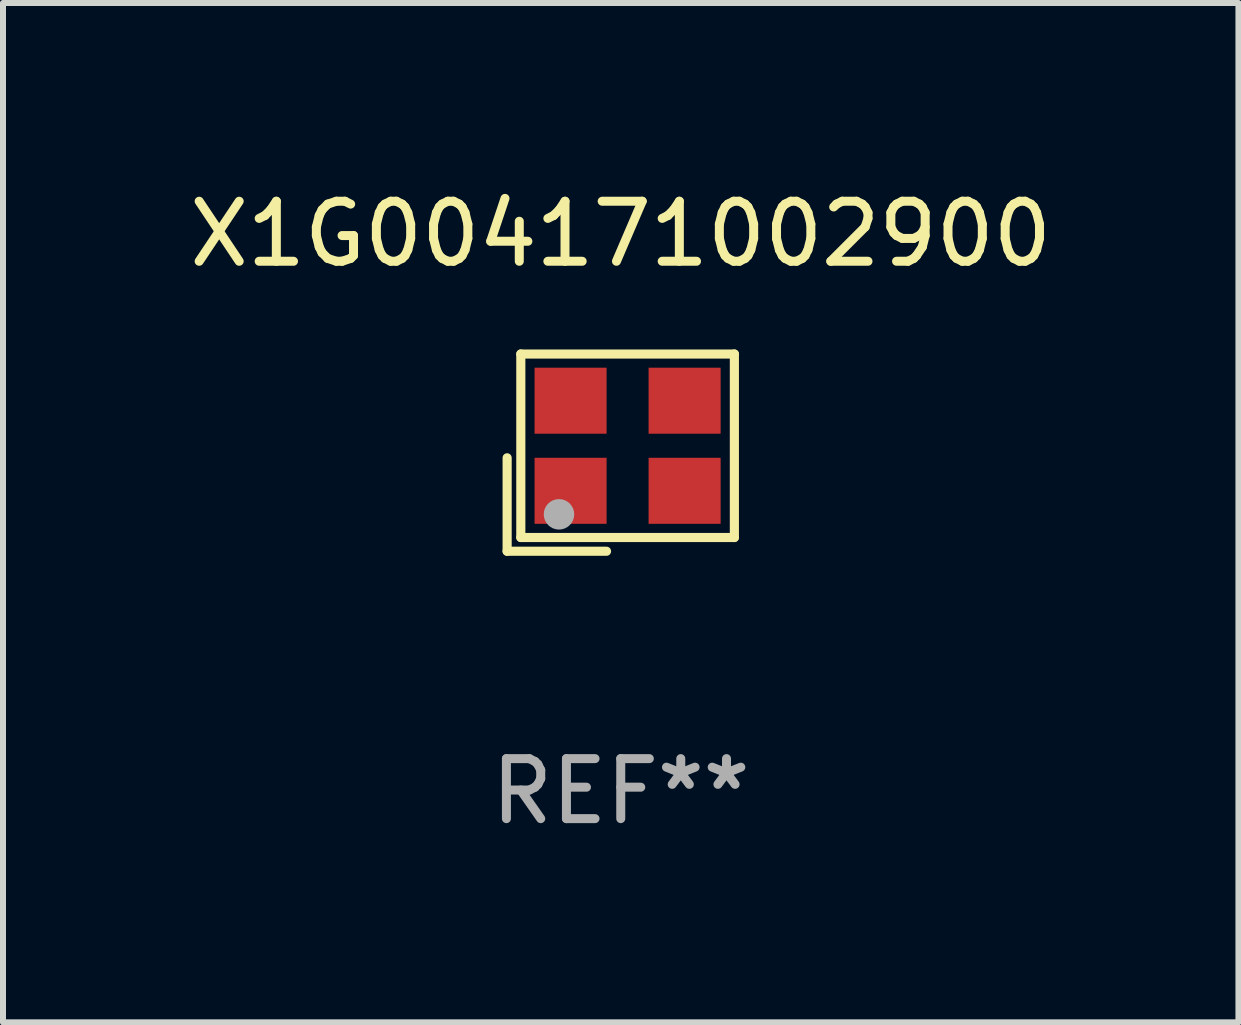
<source format=kicad_pcb>
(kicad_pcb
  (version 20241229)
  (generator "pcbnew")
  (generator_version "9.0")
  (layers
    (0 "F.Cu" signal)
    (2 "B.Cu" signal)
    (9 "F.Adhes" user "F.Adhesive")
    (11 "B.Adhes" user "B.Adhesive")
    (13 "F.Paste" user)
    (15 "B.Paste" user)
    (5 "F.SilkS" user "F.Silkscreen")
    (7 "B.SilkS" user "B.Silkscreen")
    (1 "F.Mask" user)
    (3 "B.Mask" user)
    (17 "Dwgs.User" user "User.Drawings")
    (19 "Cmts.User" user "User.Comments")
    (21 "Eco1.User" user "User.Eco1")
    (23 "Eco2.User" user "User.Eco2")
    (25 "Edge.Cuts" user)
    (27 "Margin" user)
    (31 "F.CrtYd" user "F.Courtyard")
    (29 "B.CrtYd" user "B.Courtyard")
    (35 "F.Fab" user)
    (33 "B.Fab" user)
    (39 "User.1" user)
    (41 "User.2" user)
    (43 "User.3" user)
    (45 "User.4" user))
  (footprint "X1G004171002900"
    (layer "F.Cu")
    (at 7.292 4.491)
    (property "Reference" "X1G004171002900" (at 0 -3.643 0) (layer "F.SilkS") (effects (font (size 1 1) (thickness 0.15))))
    (attr through_hole)
    (fp_line (start -1.893 0.086) (end -1.893 1.643) (stroke (width 0.152) (type solid)) (layer "F.SilkS"))
    (fp_line (start -1.893 1.643) (end -0.237 1.643) (stroke (width 0.152) (type solid)) (layer "F.SilkS"))
    (fp_line (start -1.665 -1.643) (end 1.893 -1.643) (stroke (width 0.152) (type solid)) (layer "F.SilkS"))
    (fp_line (start -1.665 1.414) (end -1.665 -1.643) (stroke (width 0.152) (type solid)) (layer "F.SilkS"))
    (fp_line (start 1.893 -1.643) (end 1.893 1.414) (stroke (width 0.152) (type solid)) (layer "F.SilkS"))
    (fp_line (start 1.893 1.414) (end -1.665 1.414) (stroke (width 0.152) (type solid)) (layer "F.SilkS"))
    (fp_circle (center -1.136 0.885) (end -1.106 0.885) (stroke (width 0.06) (type solid)) (fill no) (layer "F.SilkS"))
    (fp_circle (center -1.029 1.028) (end -0.902 1.028) (stroke (width 0.254) (type solid)) (fill no) (layer "F.Fab"))
    (fp_text user "REF**" (at 0 5.643 0) (layer "F.Fab") (effects (font (size 1 1) (thickness 0.15))))
    (pad "1" smd rect (at -0.836 0.636) (size 1.2 1.1) (layers "F.Cu" "F.Mask" "F.Paste"))
    (pad "2" smd rect (at 1.064 0.636) (size 1.2 1.1) (layers "F.Cu" "F.Mask" "F.Paste"))
    (pad "3" smd rect (at 1.064 -0.865) (size 1.2 1.1) (layers "F.Cu" "F.Mask" "F.Paste"))
    (pad "4" smd rect (at -0.836 -0.865) (size 1.2 1.1) (layers "F.Cu" "F.Mask" "F.Paste")))
  (gr_rect
    (start -3 -3)
    (end 17.583 13.983)
    (stroke (width 0.1) (type default))
    (fill no)
    (layer "Edge.Cuts")))
</source>
